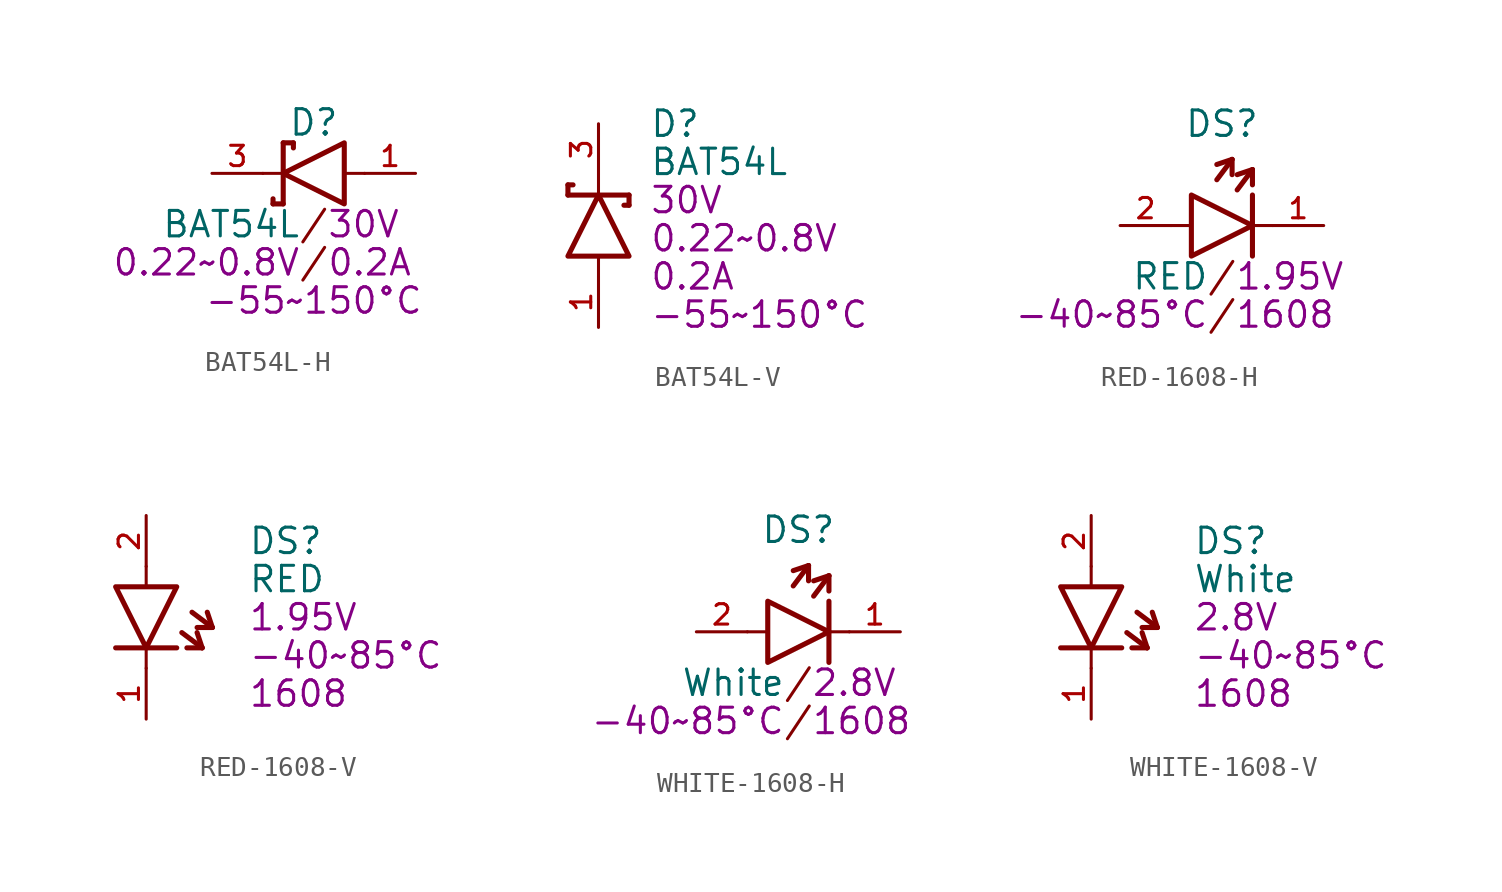
<source format=kicad_sym>
(kicad_symbol_lib
  (version 20231120)
  (generator "kicad_symbol_editor")
  (generator_version "8.0")
  (symbol "BAT54L-H"
    (pin_names
      (offset 1.016))
    (property "Reference" "D"
      (at 0 2.54 0)
      (effects (font (size 1.27 1.27))))
    (property "Value" "BAT54L"
      (at -0.635 -2.54 0)
      (effects (font (size 1.27 1.27)) (justify right)))
    (property "VR_MAX" "30V"
      (at 0.635 -2.54 0)
      (effects (font (size 1.27 1.27)) (justify left)))
    (property "VF_MAX" "0.22~0.8V"
      (at -0.635 -4.445 0)
      (effects (font (size 1.27 1.27)) (justify right)))
    (property "I_MAX" "0.2A"
      (at 0.635 -4.445 0)
      (effects (font (size 1.27 1.27)) (justify left)))
    (property "TEMPERATURE" "-55~150°C"
      (at 0 -6.35 0)
      (effects (font (size 1.27 1.27))))
    (symbol "BAT54L-H_0_0"
      (polyline (pts (xy -2.032 -1.524) (xy -2.032 -1.27)) (stroke (width 0.254) (type default)) (fill (type none)))
      (polyline (pts (xy -1.524 -1.524) (xy -2.032 -1.524)) (stroke (width 0.254) (type default)) (fill (type none)))
      (polyline (pts (xy -1.524 0) (xy -1.524 -1.524)) (stroke (width 0.254) (type default)) (fill (type none)))
      (polyline (pts (xy -1.524 0) (xy -1.524 1.524)) (stroke (width 0.254) (type default)) (fill (type none)))
      (polyline (pts (xy -1.524 1.524) (xy -1.016 1.524)) (stroke (width 0.254) (type default)) (fill (type none)))
      (polyline (pts (xy -1.016 1.524) (xy -1.016 1.27)) (stroke (width 0.254) (type default)) (fill (type none)))
      (text "/" (at 0 -4.445 0) (effects (font (size 1.27 1.27))))
      (text "/" (at 0 -2.54 0) (effects (font (size 1.27 1.27))))
      (pin bidirectional line (at 5.08 0 180) (length 2.54) (name "~" (effects (font (size 1.016 1.016)))) (number "1" (effects (font (size 1.016 1.016)))))
      (pin bidirectional line (at -5.08 0 0) (length 2.54) (name "~" (effects (font (size 1.016 1.016)))) (number "3" (effects (font (size 1.016 1.016))))))
    (symbol "BAT54L-H_1_0"
      (polyline (pts (xy -2.54 0) (xy -1.524 0)) (stroke (width 0.152) (type default)) (fill (type none)))
      (polyline (pts (xy 2.54 0) (xy 1.524 0)) (stroke (width 0.152) (type default)) (fill (type none)))
      (polyline (pts (xy 1.524 1.524) (xy 1.524 -1.524) (xy -1.524 0) (xy 1.524 1.524)) (stroke (width 0.254) (type default)) (fill (type none)))))
  (symbol "BAT54L-V"
    (pin_names
      (offset 1.016))
    (property "Reference" "D"
      (at 2.54 5.08 0)
      (effects (font (size 1.27 1.27)) (justify left)))
    (property "Value" "BAT54L"
      (at 2.54 3.175 0)
      (effects (font (size 1.27 1.27)) (justify left)))
    (property "VR_MAX" "30V"
      (at 2.54 1.27 0)
      (effects (font (size 1.27 1.27)) (justify left)))
    (property "VF_MAX" "0.22~0.8V"
      (at 2.54 -0.635 0)
      (effects (font (size 1.27 1.27)) (justify left)))
    (property "I_MAX" "0.2A"
      (at 2.54 -2.54 0)
      (effects (font (size 1.27 1.27)) (justify left)))
    (property "TEMPERATURE" "-55~150°C"
      (at 2.54 -4.445 0)
      (effects (font (size 1.27 1.27)) (justify left)))
    (symbol "BAT54L-V_0_0"
      (polyline (pts (xy -1.524 1.524) (xy -1.524 2.032)) (stroke (width 0.254) (type default)) (fill (type none)))
      (polyline (pts (xy -1.524 2.032) (xy -1.27 2.032)) (stroke (width 0.254) (type default)) (fill (type none)))
      (polyline (pts (xy 0 1.524) (xy -1.524 1.524)) (stroke (width 0.254) (type default)) (fill (type none)))
      (polyline (pts (xy 0 1.524) (xy 1.524 1.524)) (stroke (width 0.254) (type default)) (fill (type none)))
      (polyline (pts (xy 1.524 1.016) (xy 1.27 1.016)) (stroke (width 0.254) (type default)) (fill (type none)))
      (polyline (pts (xy 1.524 1.524) (xy 1.524 1.016)) (stroke (width 0.254) (type default)) (fill (type none))))
    (symbol "BAT54L-V_1_0"
      (polyline (pts (xy 0 -2.54) (xy 0 -1.524)) (stroke (width 0.152) (type default)) (fill (type none)))
      (polyline (pts (xy 0 2.54) (xy 0 1.524)) (stroke (width 0.152) (type default)) (fill (type none)))
      (polyline (pts (xy -1.524 -1.524) (xy 1.524 -1.524) (xy 0 1.524) (xy -1.524 -1.524)) (stroke (width 0.254) (type default)) (fill (type none)))
      (pin bidirectional line (at 0 -5.08 90) (length 2.54) (name "~" (effects (font (size 1.016 1.016)))) (number "1" (effects (font (size 1.016 1.016)))))
      (pin bidirectional line (at 0 5.08 270) (length 2.54) (name "~" (effects (font (size 1.016 1.016)))) (number "3" (effects (font (size 1.016 1.016)))))))
  (symbol "RED-1608-H"
    (pin_names
      (offset 1.016))
    (property "Reference" "DS"
      (at 0 5.08 0)
      (effects (font (size 1.27 1.27))))
    (property "Value" "RED"
      (at -0.635 -2.54 0)
      (effects (font (size 1.27 1.27)) (justify right)))
    (property "VOLTAGE" "1.95V"
      (at 0.635 -2.54 0)
      (effects (font (size 1.27 1.27)) (justify left)))
    (property "SIZE" "1608"
      (at 0.635 -4.445 0)
      (effects (font (size 1.27 1.27)) (justify left)))
    (property "TEMPERATURE" "-40~85°C"
      (at -0.635 -4.445 0)
      (effects (font (size 1.27 1.27)) (justify right)))
    (symbol "RED-1608-H_0_0"
      (polyline (pts (xy -0.254 2.286) (xy 0.508 3.302)) (stroke (width 0.254) (type default)) (fill (type none)))
      (polyline (pts (xy 0.762 1.778) (xy 1.524 2.794)) (stroke (width 0.254) (type default)) (fill (type none)))
      (polyline (pts (xy 1.524 0) (xy 1.524 -1.524)) (stroke (width 0.254) (type default)) (fill (type none)))
      (polyline (pts (xy 1.524 0) (xy 1.524 1.524)) (stroke (width 0.254) (type default)) (fill (type none)))
      (text "/" (at 0 -4.445 0) (effects (font (size 1.27 1.27))))
      (text "/" (at 0 -2.54 0) (effects (font (size 1.27 1.27))))
      (pin output line (at 5.08 0 180) (length 2.54) (name "~" (effects (font (size 1.016 1.016)))) (number "1" (effects (font (size 1.016 1.016)))))
      (pin input line (at -5.08 0 0) (length 2.54) (name "~" (effects (font (size 1.016 1.016)))) (number "2" (effects (font (size 1.016 1.016))))))
    (symbol "RED-1608-H_1_0"
      (polyline (pts (xy -2.54 0) (xy -1.524 0)) (stroke (width 0.152) (type default)) (fill (type none)))
      (polyline (pts (xy 0.508 3.302) (xy -0.254 3.048)) (stroke (width 0.254) (type default)) (fill (type none)))
      (polyline (pts (xy 0.508 3.302) (xy 0.508 2.54)) (stroke (width 0.254) (type default)) (fill (type none)))
      (polyline (pts (xy 1.524 2.794) (xy 0.762 2.54)) (stroke (width 0.254) (type default)) (fill (type none)))
      (polyline (pts (xy 1.524 2.794) (xy 1.524 2.032)) (stroke (width 0.254) (type default)) (fill (type none)))
      (polyline (pts (xy 2.54 0) (xy 1.524 0)) (stroke (width 0.152) (type default)) (fill (type none)))
      (polyline (pts (xy -1.524 1.524) (xy -1.524 -1.524) (xy 1.524 0) (xy -1.524 1.524)) (stroke (width 0.254) (type default)) (fill (type none)))))
  (symbol "RED-1608-V"
    (pin_names
      (offset 1.016))
    (property "Reference" "DS"
      (at 5.08 3.81 0)
      (effects (font (size 1.27 1.27)) (justify left)))
    (property "Value" "RED"
      (at 5.08 1.905 0)
      (effects (font (size 1.27 1.27)) (justify left)))
    (property "VOLTAGE" "1.95V"
      (at 5.08 0 0)
      (effects (font (size 1.27 1.27)) (justify left)))
    (property "TEMPERATURE" "-40~85°C"
      (at 5.08 -1.905 0)
      (effects (font (size 1.27 1.27)) (justify left)))
    (property "SIZE" "1608"
      (at 5.08 -3.81 0)
      (effects (font (size 1.27 1.27)) (justify left)))
    (symbol "RED-1608-V_0_0"
      (polyline (pts (xy 0 -1.524) (xy -1.524 -1.524)) (stroke (width 0.254) (type default)) (fill (type none)))
      (polyline (pts (xy 0 -1.524) (xy 1.524 -1.524)) (stroke (width 0.254) (type default)) (fill (type none)))
      (polyline (pts (xy 1.778 -0.762) (xy 2.794 -1.524)) (stroke (width 0.254) (type default)) (fill (type none)))
      (polyline (pts (xy 2.286 0.254) (xy 3.302 -0.508)) (stroke (width 0.254) (type default)) (fill (type none)))
      (pin output line (at 0 -5.08 90) (length 2.54) (name "~" (effects (font (size 1.016 1.016)))) (number "1" (effects (font (size 1.016 1.016)))))
      (pin input line (at 0 5.08 270) (length 2.54) (name "~" (effects (font (size 1.016 1.016)))) (number "2" (effects (font (size 1.016 1.016))))))
    (symbol "RED-1608-V_1_0"
      (polyline (pts (xy 0 -2.54) (xy 0 -1.524)) (stroke (width 0.152) (type default)) (fill (type none)))
      (polyline (pts (xy 0 2.54) (xy 0 1.524)) (stroke (width 0.152) (type default)) (fill (type none)))
      (polyline (pts (xy 2.794 -1.524) (xy 2.032 -1.524)) (stroke (width 0.254) (type default)) (fill (type none)))
      (polyline (pts (xy 2.794 -1.524) (xy 2.54 -0.762)) (stroke (width 0.254) (type default)) (fill (type none)))
      (polyline (pts (xy 3.302 -0.508) (xy 2.54 -0.508)) (stroke (width 0.254) (type default)) (fill (type none)))
      (polyline (pts (xy 3.302 -0.508) (xy 3.048 0.254)) (stroke (width 0.254) (type default)) (fill (type none)))
      (polyline (pts (xy -1.524 1.524) (xy 1.524 1.524) (xy 0 -1.524) (xy -1.524 1.524)) (stroke (width 0.254) (type default)) (fill (type none)))))
  (symbol "WHITE-1608-H"
    (pin_names
      (offset 1.016))
    (property "Reference" "DS"
      (at 0 5.08 0)
      (effects (font (size 1.27 1.27))))
    (property "Value" "White"
      (at -0.635 -2.54 0)
      (effects (font (size 1.27 1.27)) (justify right)))
    (property "VOLTAGE" "2.8V"
      (at 0.635 -2.54 0)
      (effects (font (size 1.27 1.27)) (justify left)))
    (property "SIZE" "1608"
      (at 0.635 -4.445 0)
      (effects (font (size 1.27 1.27)) (justify left)))
    (property "TEMPERATURE" "-40~85°C"
      (at -0.635 -4.445 0)
      (effects (font (size 1.27 1.27)) (justify right)))
    (symbol "WHITE-1608-H_0_0"
      (polyline (pts (xy -0.254 2.286) (xy 0.508 3.302)) (stroke (width 0.254) (type default)) (fill (type none)))
      (polyline (pts (xy 0.762 1.778) (xy 1.524 2.794)) (stroke (width 0.254) (type default)) (fill (type none)))
      (polyline (pts (xy 1.524 0) (xy 1.524 -1.524)) (stroke (width 0.254) (type default)) (fill (type none)))
      (polyline (pts (xy 1.524 0) (xy 1.524 1.524)) (stroke (width 0.254) (type default)) (fill (type none)))
      (text "/" (at 0 -4.445 0) (effects (font (size 1.27 1.27))))
      (text "/" (at 0 -2.54 0) (effects (font (size 1.27 1.27))))
      (pin output line (at 5.08 0 180) (length 2.54) (name "~" (effects (font (size 1.016 1.016)))) (number "1" (effects (font (size 1.016 1.016)))))
      (pin input line (at -5.08 0 0) (length 2.54) (name "~" (effects (font (size 1.016 1.016)))) (number "2" (effects (font (size 1.016 1.016))))))
    (symbol "WHITE-1608-H_1_0"
      (polyline (pts (xy -2.54 0) (xy -1.524 0)) (stroke (width 0.152) (type default)) (fill (type none)))
      (polyline (pts (xy 0.508 3.302) (xy -0.254 3.048)) (stroke (width 0.254) (type default)) (fill (type none)))
      (polyline (pts (xy 0.508 3.302) (xy 0.508 2.54)) (stroke (width 0.254) (type default)) (fill (type none)))
      (polyline (pts (xy 1.524 2.794) (xy 0.762 2.54)) (stroke (width 0.254) (type default)) (fill (type none)))
      (polyline (pts (xy 1.524 2.794) (xy 1.524 2.032)) (stroke (width 0.254) (type default)) (fill (type none)))
      (polyline (pts (xy 2.54 0) (xy 1.524 0)) (stroke (width 0.152) (type default)) (fill (type none)))
      (polyline (pts (xy -1.524 1.524) (xy -1.524 -1.524) (xy 1.524 0) (xy -1.524 1.524)) (stroke (width 0.254) (type default)) (fill (type none)))))
  (symbol "WHITE-1608-V"
    (pin_names
      (offset 1.016))
    (property "Reference" "DS"
      (at 5.08 3.81 0)
      (effects (font (size 1.27 1.27)) (justify left)))
    (property "Value" "White"
      (at 5.08 1.905 0)
      (effects (font (size 1.27 1.27)) (justify left)))
    (property "VOLTAGE" "2.8V"
      (at 5.08 0 0)
      (effects (font (size 1.27 1.27)) (justify left)))
    (property "TEMPERATURE" "-40~85°C"
      (at 5.08 -1.905 0)
      (effects (font (size 1.27 1.27)) (justify left)))
    (property "SIZE" "1608"
      (at 5.08 -3.81 0)
      (effects (font (size 1.27 1.27)) (justify left)))
    (symbol "WHITE-1608-V_0_0"
      (polyline (pts (xy 0 -1.524) (xy -1.524 -1.524)) (stroke (width 0.254) (type default)) (fill (type none)))
      (polyline (pts (xy 0 -1.524) (xy 1.524 -1.524)) (stroke (width 0.254) (type default)) (fill (type none)))
      (polyline (pts (xy 1.778 -0.762) (xy 2.794 -1.524)) (stroke (width 0.254) (type default)) (fill (type none)))
      (polyline (pts (xy 2.286 0.254) (xy 3.302 -0.508)) (stroke (width 0.254) (type default)) (fill (type none)))
      (pin output line (at 0 -5.08 90) (length 2.54) (name "~" (effects (font (size 1.016 1.016)))) (number "1" (effects (font (size 1.016 1.016)))))
      (pin input line (at 0 5.08 270) (length 2.54) (name "~" (effects (font (size 1.016 1.016)))) (number "2" (effects (font (size 1.016 1.016))))))
    (symbol "WHITE-1608-V_1_0"
      (polyline (pts (xy 0 -2.54) (xy 0 -1.524)) (stroke (width 0.152) (type default)) (fill (type none)))
      (polyline (pts (xy 0 2.54) (xy 0 1.524)) (stroke (width 0.152) (type default)) (fill (type none)))
      (polyline (pts (xy 2.794 -1.524) (xy 2.032 -1.524)) (stroke (width 0.254) (type default)) (fill (type none)))
      (polyline (pts (xy 2.794 -1.524) (xy 2.54 -0.762)) (stroke (width 0.254) (type default)) (fill (type none)))
      (polyline (pts (xy 3.302 -0.508) (xy 2.54 -0.508)) (stroke (width 0.254) (type default)) (fill (type none)))
      (polyline (pts (xy 3.302 -0.508) (xy 3.048 0.254)) (stroke (width 0.254) (type default)) (fill (type none)))
      (polyline (pts (xy -1.524 1.524) (xy 1.524 1.524) (xy 0 -1.524) (xy -1.524 1.524)) (stroke (width 0.254) (type default)) (fill (type none))))))
</source>
